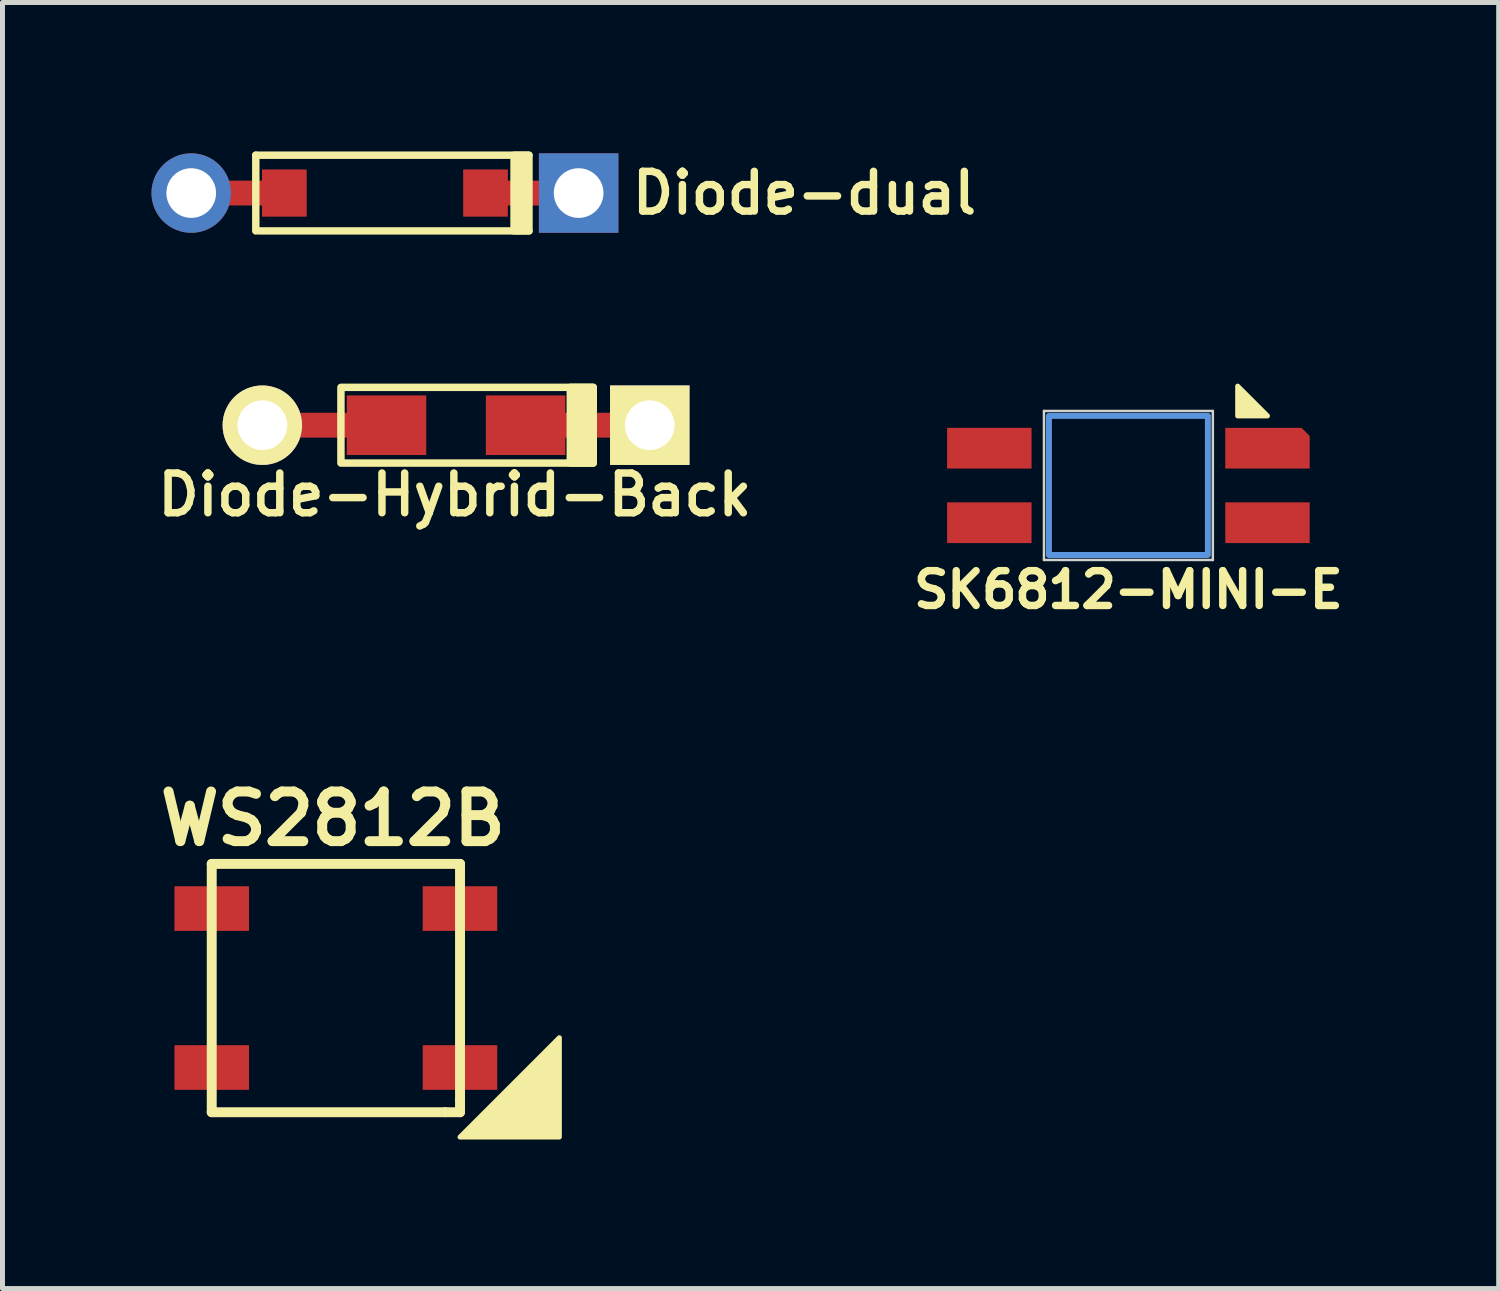
<source format=kicad_pcb>
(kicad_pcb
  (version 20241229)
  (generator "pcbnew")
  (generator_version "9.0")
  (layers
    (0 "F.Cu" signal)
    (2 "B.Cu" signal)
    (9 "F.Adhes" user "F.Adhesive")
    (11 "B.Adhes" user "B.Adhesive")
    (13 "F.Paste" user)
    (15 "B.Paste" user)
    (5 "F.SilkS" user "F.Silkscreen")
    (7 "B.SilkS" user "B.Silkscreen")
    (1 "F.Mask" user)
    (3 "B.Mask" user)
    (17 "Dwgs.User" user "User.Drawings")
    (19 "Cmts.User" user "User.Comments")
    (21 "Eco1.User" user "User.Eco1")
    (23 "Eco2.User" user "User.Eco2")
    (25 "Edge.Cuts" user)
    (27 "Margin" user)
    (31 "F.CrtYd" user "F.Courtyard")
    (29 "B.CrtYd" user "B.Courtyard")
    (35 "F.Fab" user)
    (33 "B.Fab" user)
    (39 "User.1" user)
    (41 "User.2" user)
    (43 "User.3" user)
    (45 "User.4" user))
  (footprint "SK6812-MINI-E"
    (layer "F.Cu")
    (at 19.669 6.724)
    (property "Reference" "SK6812-MINI-E" (at 0 2.1 0) (unlocked yes) (layer "F.SilkS") (effects (font (size 0.7 0.7) (thickness 0.15))))
    (attr smd)
    (fp_poly (pts (xy 2.8 -1.4) (xy 2.2 -1.4) (xy 2.2 -2)) (stroke (width 0.1) (type solid)) (fill yes) (layer "F.SilkS"))
    (fp_rect (start -1.6 -1.4) (end 1.6 1.4) (stroke (width 0.12) (type solid)) (fill no) (layer "Cmts.User"))
    (fp_line (start -1.7 -1.5) (end -1.7 1.5) (stroke (width 0.05) (type default)) (layer "Edge.Cuts"))
    (fp_line (start 1.7 -1.5) (end -1.7 -1.5) (stroke (width 0.05) (type default)) (layer "Edge.Cuts"))
    (fp_line (start 1.7 1.5) (end -1.7 1.5) (stroke (width 0.05) (type default)) (layer "Edge.Cuts"))
    (fp_line (start 1.7 1.5) (end 1.7 -1.5) (stroke (width 0.05) (type default)) (layer "Edge.Cuts"))
    (pad "1" smd rect (at -2.8 0.75) (size 1.7 0.82) (layers "F.Cu" "F.Mask" "F.Paste"))
    (pad "2" smd rect (at -2.8 -0.75) (size 1.7 0.82) (layers "F.Cu" "F.Mask" "F.Paste"))
    (pad "3" smd roundrect (at 2.8 -0.75) (size 1.7 0.82) (layers "F.Cu" "F.Mask" "F.Paste") (roundrect_rratio 0) (chamfer_ratio 0.2) (chamfer top_right))
    (pad "4" smd rect (at 2.8 0.75) (size 1.7 0.82) (layers "F.Cu" "F.Mask" "F.Paste")))
  (footprint "Diode-dual"
    (layer "F.Cu")
    (at 4.7 0.837)
    (property "Reference" "Diode-dual" (at 4.9 0 0) (layer "F.SilkS") (effects (font (size 0.8 0.8) (thickness 0.15)) (justify left)))
    (attr smd)
    (fp_line (start -2.6 -0.762) (end -2.6 0.762) (stroke (width 0.15) (type solid)) (layer "F.SilkS"))
    (fp_line (start -2.54 0.762) (end 2.9 0.762) (stroke (width 0.15) (type solid)) (layer "F.SilkS"))
    (fp_line (start 2.9 -0.762) (end -2.6 -0.762) (stroke (width 0.15) (type solid)) (layer "F.SilkS"))
    (fp_rect (start 2.6 -0.762) (end 2.9 0.762) (stroke (width 0.15) (type solid)) (fill yes) (layer "F.SilkS"))
    (pad "1" smd rect (at 2.025 0) (size 0.9 0.95) (layers "F.Cu" "F.Mask" "F.Paste"))
    (pad "1" smd rect (at 2.7 0) (size 1.5 0.5) (layers "F.Cu"))
    (pad "1" thru_hole rect (at 3.9 0) (size 1.6 1.6) (drill 1) (layers "*.Cu" "*.Mask"))
    (pad "2" thru_hole circle (at -3.9 0) (size 1.6 1.6) (drill 1) (layers "*.Cu" "*.Mask"))
    (pad "2" smd rect (at -2.7 0) (size 1.5 0.5) (layers "F.Cu"))
    (pad "2" smd rect (at -2.025 0) (size 0.9 0.95) (layers "F.Cu" "F.Mask" "F.Paste")))
  (footprint "Diode-Hybrid-Back"
    (layer "F.Cu")
    (at 6.132 5.511)
    (property "Reference" "Diode-Hybrid-Back" (at -0.025 1.4 0) (layer "F.SilkS") (effects (font (size 0.8 0.8) (thickness 0.15))))
    (attr smd)
    (fp_rect (start -2.318 -0.762) (end 2.762 0.762) (stroke (width 0.15) (type solid)) (fill no) (layer "F.SilkS"))
    (fp_rect (start 2.3 -0.762) (end 2.762 0.762) (stroke (width 0.15) (type solid)) (fill yes) (layer "F.SilkS"))
    (pad "1" smd rect (at 1.4 0) (size 1.6 1.2) (layers "F.Cu" "F.Mask" "F.Paste"))
    (pad "1" smd rect (at 2.5 0) (size 2.9 0.5) (layers "F.Cu"))
    (pad "1" thru_hole rect (at 3.9 0) (size 1.6 1.6) (drill 1) (layers "*.Cu" "*.Mask" "F.SilkS"))
    (pad "2" thru_hole circle (at -3.9 0) (size 1.6 1.6) (drill 1) (layers "*.Cu" "*.Mask" "F.SilkS"))
    (pad "2" smd rect (at -2.5 0) (size 2.9 0.5) (layers "F.Cu"))
    (pad "2" smd rect (at -1.4 0) (size 1.6 1.2) (layers "F.Cu" "F.Mask" "F.Paste")))
  (footprint "WS2812B"
    (layer "F.Cu")
    (at 3.712 16.843)
    (property "Reference" "WS2812B" (at -0.06 -3.41 0) (layer "F.SilkS") (effects (font (size 1 1) (thickness 0.2))))
    (attr smd)
    (fp_line (start -2.5 -2.5) (end 2.5 -2.5) (stroke (width 0.2) (type solid)) (layer "F.SilkS"))
    (fp_line (start -2.499 2.499) (end -2.499 -2.499) (stroke (width 0.2) (type solid)) (layer "F.SilkS"))
    (fp_line (start 2.2 2.5) (end -2.5 2.5) (stroke (width 0.2) (type solid)) (layer "F.SilkS"))
    (fp_line (start 2.2 2.5) (end 2.5 2.5) (stroke (width 0.2) (type default)) (layer "F.SilkS"))
    (fp_line (start 2.5 2.25) (end 2.5 -2.5) (stroke (width 0.2) (type solid)) (layer "F.SilkS"))
    (fp_line (start 2.5 2.25) (end 2.5 2.5) (stroke (width 0.2) (type default)) (layer "F.SilkS"))
    (fp_poly (pts (xy 2.5 3) (xy 4.5 3) (xy 4.5 1)) (stroke (width 0.1) (type solid)) (fill yes) (layer "F.SilkS"))
    (pad "1" smd rect (at -2.499 -1.6 90) (size 0.899 1.501) (layers "F.Cu" "F.Mask" "F.Paste"))
    (pad "2" smd rect (at -2.499 1.6 90) (size 0.899 1.501) (layers "F.Cu" "F.Mask" "F.Paste"))
    (pad "3" smd rect (at 2.499 1.6 90) (size 0.899 1.501) (layers "F.Cu" "F.Mask" "F.Paste"))
    (pad "4" smd rect (at 2.499 -1.6 90) (size 0.899 1.501) (layers "F.Cu" "F.Mask" "F.Paste")))
  (gr_rect
    (start -3 -3)
    (end 27.124 22.893)
    (stroke (width 0.1) (type default))
    (fill no)
    (layer "Edge.Cuts")))
</source>
